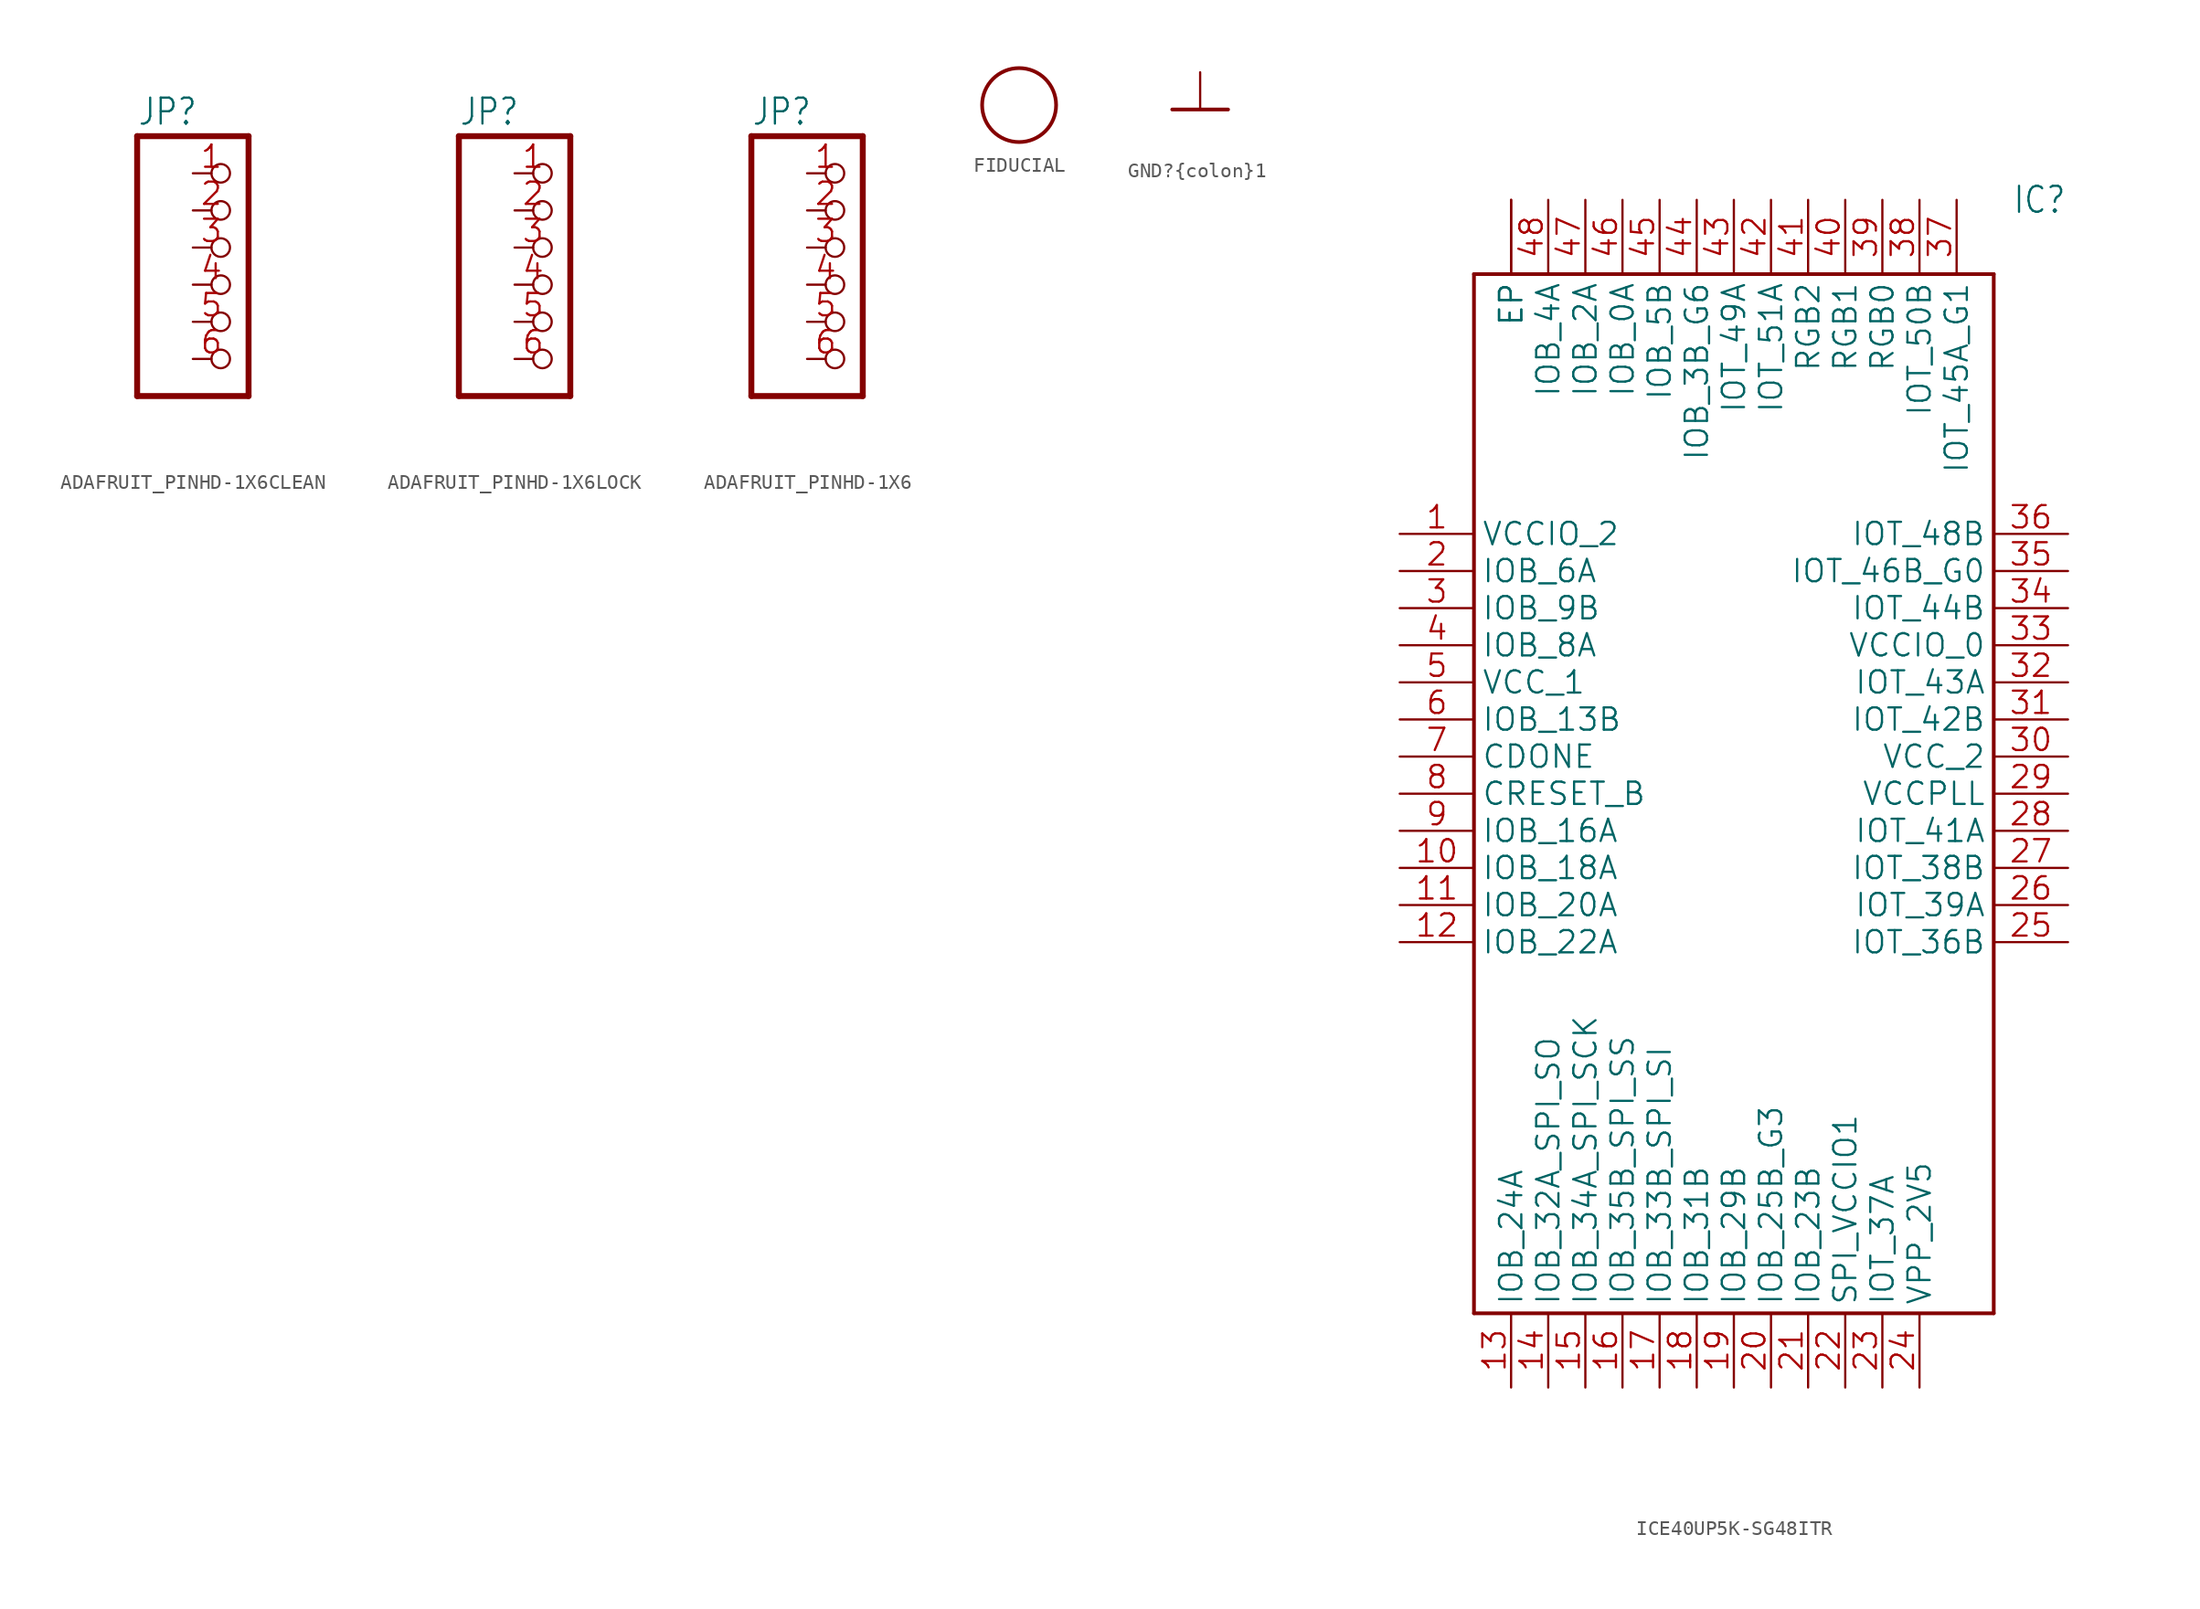
<source format=kicad_sym>
(kicad_symbol_lib
  (version 20241209)
  (generator "kicad_symbol_editor")
  (generator_version "9.0")
  (symbol "ADAFRUIT_PINHD-1X6CLEAN"
    (property "Reference" "JP"
      (at -6.35 10.795 0)
      (effects (font (size 1.778 1.511)) (justify left bottom)))
    (property "Value" ""
      (at -6.35 -10.16 0)
      (effects (font (size 1.778 1.511)) (justify left bottom)))
    (property "ki_locked" ""
      (at 0 0 0)
      (effects (font (size 1.27 1.27))))
    (symbol "ADAFRUIT_PINHD-1X6CLEAN_1_0"
      (polyline (pts (xy -6.35 10.16) (xy -6.35 -7.62)) (stroke (width 0.406) (type solid)) (fill (type none)))
      (polyline (pts (xy -6.35 -7.62) (xy 1.27 -7.62)) (stroke (width 0.406) (type solid)) (fill (type none)))
      (polyline (pts (xy 1.27 10.16) (xy -6.35 10.16)) (stroke (width 0.406) (type solid)) (fill (type none)))
      (polyline (pts (xy 1.27 -7.62) (xy 1.27 10.16)) (stroke (width 0.406) (type solid)) (fill (type none)))
      (pin passive inverted (at -2.54 7.62 0) (length 2.54) (name "1" (effects (font (size 0 0)))) (number "1" (effects (font (size 1.524 1.524)))))
      (pin passive inverted (at -2.54 5.08 0) (length 2.54) (name "2" (effects (font (size 0 0)))) (number "2" (effects (font (size 1.524 1.524)))))
      (pin passive inverted (at -2.54 2.54 0) (length 2.54) (name "3" (effects (font (size 0 0)))) (number "3" (effects (font (size 1.524 1.524)))))
      (pin passive inverted (at -2.54 0 0) (length 2.54) (name "4" (effects (font (size 0 0)))) (number "4" (effects (font (size 1.524 1.524)))))
      (pin passive inverted (at -2.54 -2.54 0) (length 2.54) (name "5" (effects (font (size 0 0)))) (number "5" (effects (font (size 1.524 1.524)))))
      (pin passive inverted (at -2.54 -5.08 0) (length 2.54) (name "6" (effects (font (size 0 0)))) (number "6" (effects (font (size 1.524 1.524)))))))
  (symbol "ADAFRUIT_PINHD-1X6LOCK"
    (property "Reference" "JP"
      (at -6.35 10.795 0)
      (effects (font (size 1.778 1.511)) (justify left bottom)))
    (property "Value" ""
      (at -6.35 -10.16 0)
      (effects (font (size 1.778 1.511)) (justify left bottom)))
    (property "ki_locked" ""
      (at 0 0 0)
      (effects (font (size 1.27 1.27))))
    (symbol "ADAFRUIT_PINHD-1X6LOCK_1_0"
      (polyline (pts (xy -6.35 10.16) (xy -6.35 -7.62)) (stroke (width 0.406) (type solid)) (fill (type none)))
      (polyline (pts (xy -6.35 -7.62) (xy 1.27 -7.62)) (stroke (width 0.406) (type solid)) (fill (type none)))
      (polyline (pts (xy 1.27 10.16) (xy -6.35 10.16)) (stroke (width 0.406) (type solid)) (fill (type none)))
      (polyline (pts (xy 1.27 -7.62) (xy 1.27 10.16)) (stroke (width 0.406) (type solid)) (fill (type none)))
      (pin passive inverted (at -2.54 7.62 0) (length 2.54) (name "1" (effects (font (size 0 0)))) (number "1" (effects (font (size 1.524 1.524)))))
      (pin passive inverted (at -2.54 5.08 0) (length 2.54) (name "2" (effects (font (size 0 0)))) (number "2" (effects (font (size 1.524 1.524)))))
      (pin passive inverted (at -2.54 2.54 0) (length 2.54) (name "3" (effects (font (size 0 0)))) (number "3" (effects (font (size 1.524 1.524)))))
      (pin passive inverted (at -2.54 0 0) (length 2.54) (name "4" (effects (font (size 0 0)))) (number "4" (effects (font (size 1.524 1.524)))))
      (pin passive inverted (at -2.54 -2.54 0) (length 2.54) (name "5" (effects (font (size 0 0)))) (number "5" (effects (font (size 1.524 1.524)))))
      (pin passive inverted (at -2.54 -5.08 0) (length 2.54) (name "6" (effects (font (size 0 0)))) (number "6" (effects (font (size 1.524 1.524)))))))
  (symbol "ADAFRUIT_PINHD-1X6"
    (property "Reference" "JP"
      (at -6.35 10.795 0)
      (effects (font (size 1.778 1.511)) (justify left bottom)))
    (property "Value" ""
      (at -6.35 -10.16 0)
      (effects (font (size 1.778 1.511)) (justify left bottom)))
    (property "ki_locked" ""
      (at 0 0 0)
      (effects (font (size 1.27 1.27))))
    (symbol "ADAFRUIT_PINHD-1X6_1_0"
      (polyline (pts (xy -6.35 10.16) (xy -6.35 -7.62)) (stroke (width 0.406) (type solid)) (fill (type none)))
      (polyline (pts (xy -6.35 -7.62) (xy 1.27 -7.62)) (stroke (width 0.406) (type solid)) (fill (type none)))
      (polyline (pts (xy 1.27 10.16) (xy -6.35 10.16)) (stroke (width 0.406) (type solid)) (fill (type none)))
      (polyline (pts (xy 1.27 -7.62) (xy 1.27 10.16)) (stroke (width 0.406) (type solid)) (fill (type none)))
      (pin passive inverted (at -2.54 7.62 0) (length 2.54) (name "1" (effects (font (size 0 0)))) (number "1" (effects (font (size 1.524 1.524)))))
      (pin passive inverted (at -2.54 5.08 0) (length 2.54) (name "2" (effects (font (size 0 0)))) (number "2" (effects (font (size 1.524 1.524)))))
      (pin passive inverted (at -2.54 2.54 0) (length 2.54) (name "3" (effects (font (size 0 0)))) (number "3" (effects (font (size 1.524 1.524)))))
      (pin passive inverted (at -2.54 0 0) (length 2.54) (name "4" (effects (font (size 0 0)))) (number "4" (effects (font (size 1.524 1.524)))))
      (pin passive inverted (at -2.54 -2.54 0) (length 2.54) (name "5" (effects (font (size 0 0)))) (number "5" (effects (font (size 1.524 1.524)))))
      (pin passive inverted (at -2.54 -5.08 0) (length 2.54) (name "6" (effects (font (size 0 0)))) (number "6" (effects (font (size 1.524 1.524)))))))
  (symbol "FIDUCIAL"
    (property "Reference" ""
      (at 0 0 0)
      (effects (font (size 1.27 1.27)) (hide yes)))
    (property "ki_locked" ""
      (at 0 0 0)
      (effects (font (size 1.27 1.27))))
    (symbol "FIDUCIAL_1_0"
      (circle (center 0 0) (radius 2.54) (stroke (width 0.254) (type solid)) (fill (type none)))))
  (symbol "GND?{colon}1"
    (power)
    (property "Reference" "#GND"
      (at 0 0 0)
      (effects (font (size 1.27 1.27)) (hide yes)))
    (property "Value" ""
      (at -2.54 -2.54 0)
      (effects (font (size 1.778 1.511)) (justify left bottom)))
    (property "ki_locked" ""
      (at 0 0 0)
      (effects (font (size 1.27 1.27))))
    (symbol "GND?{colon}1_1_0"
      (polyline (pts (xy -1.905 0) (xy 1.905 0)) (stroke (width 0.254) (type solid)) (fill (type none)))
      (pin power_in line (at 0 2.54 270) (length 2.54) (name "GND" (effects (font (size 0 0)))) (number "1" (effects (font (size 0 0)))))))
  (symbol "ICE40UP5K-SG48ITR"
    (property "Reference" "IC"
      (at 41.91 22.86 0)
      (effects (font (size 1.778 1.511)) (justify left)))
    (property "Value" ""
      (at 41.91 20.32 0)
      (effects (font (size 1.778 1.511)) (justify left)))
    (property "ki_locked" ""
      (at 0 0 0)
      (effects (font (size 1.27 1.27))))
    (symbol "ICE40UP5K-SG48ITR_1_0"
      (polyline (pts (xy 5.08 17.78) (xy 5.08 -53.34)) (stroke (width 0.254) (type solid)) (fill (type none)))
      (polyline (pts (xy 5.08 17.78) (xy 40.64 17.78)) (stroke (width 0.254) (type solid)) (fill (type none)))
      (polyline (pts (xy 40.64 -53.34) (xy 5.08 -53.34)) (stroke (width 0.254) (type solid)) (fill (type none)))
      (polyline (pts (xy 40.64 -53.34) (xy 40.64 17.78)) (stroke (width 0.254) (type solid)) (fill (type none)))
      (pin bidirectional line (at 0 0 0) (length 5.08) (name "VCCIO_2" (effects (font (size 1.524 1.524)))) (number "1" (effects (font (size 1.524 1.524)))))
      (pin bidirectional line (at 0 -2.54 0) (length 5.08) (name "IOB_6A" (effects (font (size 1.524 1.524)))) (number "2" (effects (font (size 1.524 1.524)))))
      (pin bidirectional line (at 0 -5.08 0) (length 5.08) (name "IOB_9B" (effects (font (size 1.524 1.524)))) (number "3" (effects (font (size 1.524 1.524)))))
      (pin bidirectional line (at 0 -7.62 0) (length 5.08) (name "IOB_8A" (effects (font (size 1.524 1.524)))) (number "4" (effects (font (size 1.524 1.524)))))
      (pin bidirectional line (at 0 -10.16 0) (length 5.08) (name "VCC_1" (effects (font (size 1.524 1.524)))) (number "5" (effects (font (size 1.524 1.524)))))
      (pin bidirectional line (at 0 -12.7 0) (length 5.08) (name "IOB_13B" (effects (font (size 1.524 1.524)))) (number "6" (effects (font (size 1.524 1.524)))))
      (pin bidirectional line (at 0 -15.24 0) (length 5.08) (name "CDONE" (effects (font (size 1.524 1.524)))) (number "7" (effects (font (size 1.524 1.524)))))
      (pin bidirectional line (at 0 -17.78 0) (length 5.08) (name "CRESET_B" (effects (font (size 1.524 1.524)))) (number "8" (effects (font (size 1.524 1.524)))))
      (pin bidirectional line (at 0 -20.32 0) (length 5.08) (name "IOB_16A" (effects (font (size 1.524 1.524)))) (number "9" (effects (font (size 1.524 1.524)))))
      (pin bidirectional line (at 0 -22.86 0) (length 5.08) (name "IOB_18A" (effects (font (size 1.524 1.524)))) (number "10" (effects (font (size 1.524 1.524)))))
      (pin bidirectional line (at 0 -25.4 0) (length 5.08) (name "IOB_20A" (effects (font (size 1.524 1.524)))) (number "11" (effects (font (size 1.524 1.524)))))
      (pin bidirectional line (at 0 -27.94 0) (length 5.08) (name "IOB_22A" (effects (font (size 1.524 1.524)))) (number "12" (effects (font (size 1.524 1.524)))))
      (pin bidirectional line (at 7.62 22.86 270) (length 5.08) (name "EP" (effects (font (size 1.524 1.524)))) (number "49" (effects (font (size 0 0)))))
      (pin bidirectional line (at 7.62 22.86 270) (length 5.08) (name "EP" (effects (font (size 1.524 1.524)))) (number "P$1" (effects (font (size 0 0)))))
      (pin bidirectional line (at 7.62 -58.42 90) (length 5.08) (name "IOB_24A" (effects (font (size 1.524 1.524)))) (number "13" (effects (font (size 1.524 1.524)))))
      (pin bidirectional line (at 10.16 22.86 270) (length 5.08) (name "IOB_4A" (effects (font (size 1.524 1.524)))) (number "48" (effects (font (size 1.524 1.524)))))
      (pin bidirectional line (at 10.16 -58.42 90) (length 5.08) (name "IOB_32A_SPI_SO" (effects (font (size 1.524 1.524)))) (number "14" (effects (font (size 1.524 1.524)))))
      (pin bidirectional line (at 12.7 22.86 270) (length 5.08) (name "IOB_2A" (effects (font (size 1.524 1.524)))) (number "47" (effects (font (size 1.524 1.524)))))
      (pin bidirectional line (at 12.7 -58.42 90) (length 5.08) (name "IOB_34A_SPI_SCK" (effects (font (size 1.524 1.524)))) (number "15" (effects (font (size 1.524 1.524)))))
      (pin bidirectional line (at 15.24 22.86 270) (length 5.08) (name "IOB_0A" (effects (font (size 1.524 1.524)))) (number "46" (effects (font (size 1.524 1.524)))))
      (pin bidirectional line (at 15.24 -58.42 90) (length 5.08) (name "IOB_35B_SPI_SS" (effects (font (size 1.524 1.524)))) (number "16" (effects (font (size 1.524 1.524)))))
      (pin bidirectional line (at 17.78 22.86 270) (length 5.08) (name "IOB_5B" (effects (font (size 1.524 1.524)))) (number "45" (effects (font (size 1.524 1.524)))))
      (pin bidirectional line (at 17.78 -58.42 90) (length 5.08) (name "IOB_33B_SPI_SI" (effects (font (size 1.524 1.524)))) (number "17" (effects (font (size 1.524 1.524)))))
      (pin bidirectional line (at 20.32 22.86 270) (length 5.08) (name "IOB_3B_G6" (effects (font (size 1.524 1.524)))) (number "44" (effects (font (size 1.524 1.524)))))
      (pin bidirectional line (at 20.32 -58.42 90) (length 5.08) (name "IOB_31B" (effects (font (size 1.524 1.524)))) (number "18" (effects (font (size 1.524 1.524)))))
      (pin bidirectional line (at 22.86 22.86 270) (length 5.08) (name "IOT_49A" (effects (font (size 1.524 1.524)))) (number "43" (effects (font (size 1.524 1.524)))))
      (pin bidirectional line (at 22.86 -58.42 90) (length 5.08) (name "IOB_29B" (effects (font (size 1.524 1.524)))) (number "19" (effects (font (size 1.524 1.524)))))
      (pin bidirectional line (at 25.4 22.86 270) (length 5.08) (name "IOT_51A" (effects (font (size 1.524 1.524)))) (number "42" (effects (font (size 1.524 1.524)))))
      (pin bidirectional line (at 25.4 -58.42 90) (length 5.08) (name "IOB_25B_G3" (effects (font (size 1.524 1.524)))) (number "20" (effects (font (size 1.524 1.524)))))
      (pin bidirectional line (at 27.94 22.86 270) (length 5.08) (name "RGB2" (effects (font (size 1.524 1.524)))) (number "41" (effects (font (size 1.524 1.524)))))
      (pin bidirectional line (at 27.94 -58.42 90) (length 5.08) (name "IOB_23B" (effects (font (size 1.524 1.524)))) (number "21" (effects (font (size 1.524 1.524)))))
      (pin bidirectional line (at 30.48 22.86 270) (length 5.08) (name "RGB1" (effects (font (size 1.524 1.524)))) (number "40" (effects (font (size 1.524 1.524)))))
      (pin bidirectional line (at 30.48 -58.42 90) (length 5.08) (name "SPI_VCCIO1" (effects (font (size 1.524 1.524)))) (number "22" (effects (font (size 1.524 1.524)))))
      (pin bidirectional line (at 33.02 22.86 270) (length 5.08) (name "RGB0" (effects (font (size 1.524 1.524)))) (number "39" (effects (font (size 1.524 1.524)))))
      (pin bidirectional line (at 33.02 -58.42 90) (length 5.08) (name "IOT_37A" (effects (font (size 1.524 1.524)))) (number "23" (effects (font (size 1.524 1.524)))))
      (pin bidirectional line (at 35.56 22.86 270) (length 5.08) (name "IOT_50B" (effects (font (size 1.524 1.524)))) (number "38" (effects (font (size 1.524 1.524)))))
      (pin bidirectional line (at 35.56 -58.42 90) (length 5.08) (name "VPP_2V5" (effects (font (size 1.524 1.524)))) (number "24" (effects (font (size 1.524 1.524)))))
      (pin bidirectional line (at 38.1 22.86 270) (length 5.08) (name "IOT_45A_G1" (effects (font (size 1.524 1.524)))) (number "37" (effects (font (size 1.524 1.524)))))
      (pin bidirectional line (at 45.72 0 180) (length 5.08) (name "IOT_48B" (effects (font (size 1.524 1.524)))) (number "36" (effects (font (size 1.524 1.524)))))
      (pin bidirectional line (at 45.72 -2.54 180) (length 5.08) (name "IOT_46B_G0" (effects (font (size 1.524 1.524)))) (number "35" (effects (font (size 1.524 1.524)))))
      (pin bidirectional line (at 45.72 -5.08 180) (length 5.08) (name "IOT_44B" (effects (font (size 1.524 1.524)))) (number "34" (effects (font (size 1.524 1.524)))))
      (pin bidirectional line (at 45.72 -7.62 180) (length 5.08) (name "VCCIO_0" (effects (font (size 1.524 1.524)))) (number "33" (effects (font (size 1.524 1.524)))))
      (pin bidirectional line (at 45.72 -10.16 180) (length 5.08) (name "IOT_43A" (effects (font (size 1.524 1.524)))) (number "32" (effects (font (size 1.524 1.524)))))
      (pin bidirectional line (at 45.72 -12.7 180) (length 5.08) (name "IOT_42B" (effects (font (size 1.524 1.524)))) (number "31" (effects (font (size 1.524 1.524)))))
      (pin bidirectional line (at 45.72 -15.24 180) (length 5.08) (name "VCC_2" (effects (font (size 1.524 1.524)))) (number "30" (effects (font (size 1.524 1.524)))))
      (pin bidirectional line (at 45.72 -17.78 180) (length 5.08) (name "VCCPLL" (effects (font (size 1.524 1.524)))) (number "29" (effects (font (size 1.524 1.524)))))
      (pin bidirectional line (at 45.72 -20.32 180) (length 5.08) (name "IOT_41A" (effects (font (size 1.524 1.524)))) (number "28" (effects (font (size 1.524 1.524)))))
      (pin bidirectional line (at 45.72 -22.86 180) (length 5.08) (name "IOT_38B" (effects (font (size 1.524 1.524)))) (number "27" (effects (font (size 1.524 1.524)))))
      (pin bidirectional line (at 45.72 -25.4 180) (length 5.08) (name "IOT_39A" (effects (font (size 1.524 1.524)))) (number "26" (effects (font (size 1.524 1.524)))))
      (pin bidirectional line (at 45.72 -27.94 180) (length 5.08) (name "IOT_36B" (effects (font (size 1.524 1.524)))) (number "25" (effects (font (size 1.524 1.524))))))))
</source>
